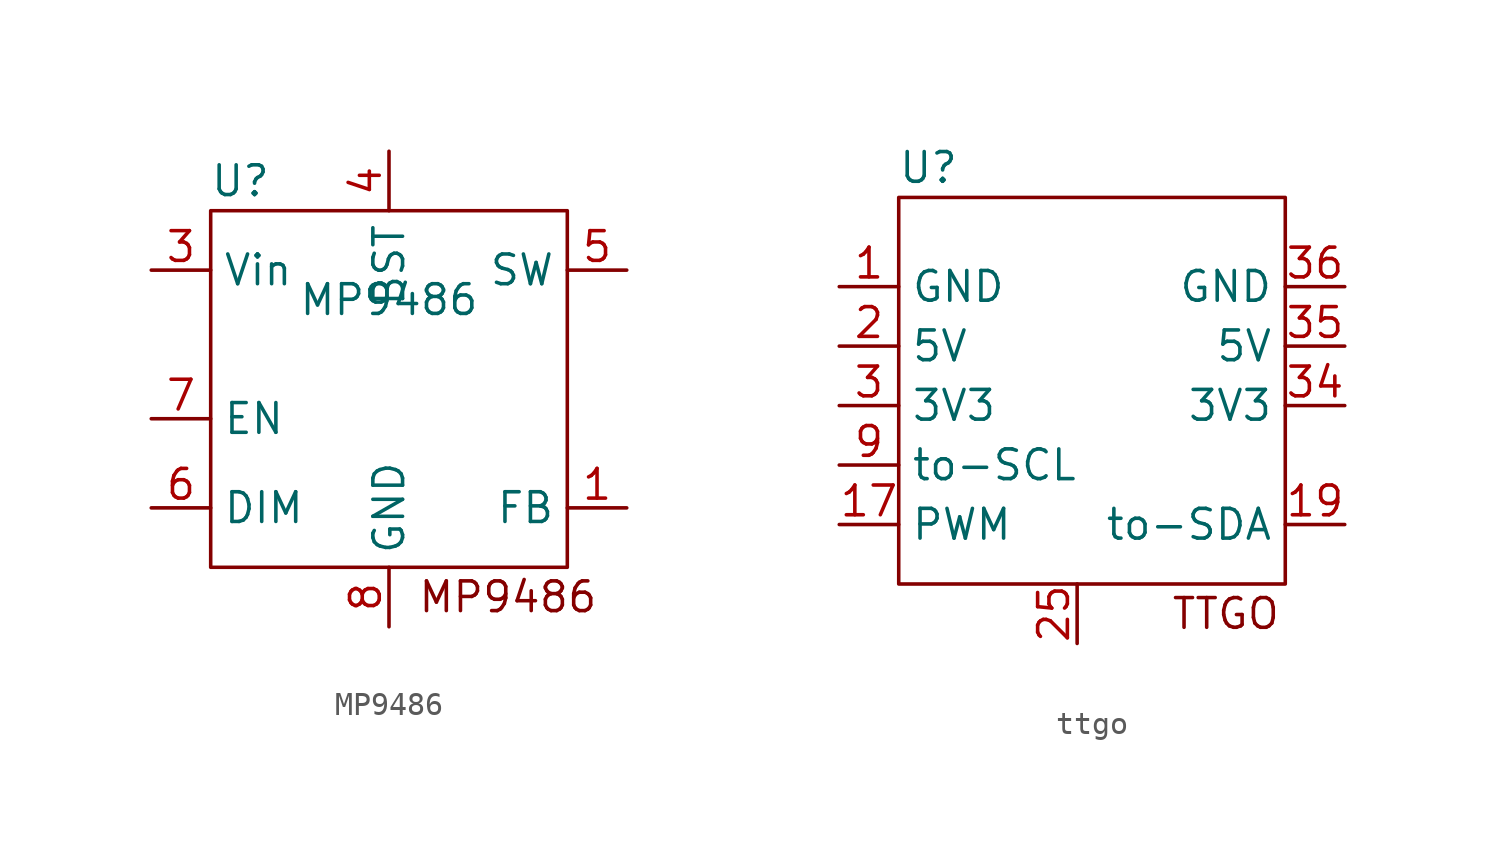
<source format=kicad_sym>
(kicad_symbol_lib
  (version 20220914)
  (generator kicad_symbol_editor)
  (symbol "MP9486"
    (property "Reference" "U"
      (at -6.35 5.08 0)
      (effects (font (size 1.27 1.27))))
    (property "Value" "MP9486"
      (at 0 0 0)
      (effects (font (size 1.27 1.27))))
    (symbol "MP9486_0_1"
      (rectangle (start -7.62 3.81) (end 7.62 -11.43) (stroke (width 0) (type default)) (fill (type none))))
    (symbol "MP9486_1_1"
      (text "MP9486\n" (at 5.08 -12.7 0) (effects (font (size 1.27 1.27))))
      (pin input line (at 10.16 -8.89 180) (length 2.54) (name "FB" (effects (font (size 1.27 1.27)))) (number "1" (effects (font (size 1.27 1.27)))))
      (pin input line (at -10.16 1.27 0) (length 2.54) (name "Vin" (effects (font (size 1.27 1.27)))) (number "3" (effects (font (size 1.27 1.27)))))
      (pin input line (at 0 6.35 270) (length 2.54) (name "BST" (effects (font (size 1.27 1.27)))) (number "4" (effects (font (size 1.27 1.27)))))
      (pin input line (at 10.16 1.27 180) (length 2.54) (name "SW" (effects (font (size 1.27 1.27)))) (number "5" (effects (font (size 1.27 1.27)))))
      (pin input line (at -10.16 -8.89 0) (length 2.54) (name "DIM" (effects (font (size 1.27 1.27)))) (number "6" (effects (font (size 1.27 1.27)))))
      (pin input line (at -10.16 -5.08 0) (length 2.54) (name "EN" (effects (font (size 1.27 1.27)))) (number "7" (effects (font (size 1.27 1.27)))))
      (pin input line (at 0 -13.97 90) (length 2.54) (name "GND" (effects (font (size 1.27 1.27)))) (number "8" (effects (font (size 1.27 1.27)))))))
  (symbol "ttgo"
    (property "Reference" "U"
      (at -6.35 13.97 0)
      (effects (font (size 1.27 1.27))))
    (property "Value" ""
      (at 0 0 0)
      (effects (font (size 1.27 1.27))))
    (symbol "ttgo_0_1"
      (rectangle (start -7.62 12.7) (end 8.89 -3.81) (stroke (width 0) (type default)) (fill (type none))))
    (symbol "ttgo_1_1"
      (text "TTGO" (at 6.35 -5.08 0) (effects (font (size 1.27 1.27))))
      (pin input line (at -10.16 8.89 0) (length 2.54) (name "GND" (effects (font (size 1.27 1.27)))) (number "1" (effects (font (size 1.27 1.27)))))
      (pin input line (at -10.16 -1.27 0) (length 2.54) (name "PWM" (effects (font (size 1.27 1.27)))) (number "17" (effects (font (size 1.27 1.27)))))
      (pin input line (at 11.43 -1.27 180) (length 2.54) (name "to-SDA" (effects (font (size 1.27 1.27)))) (number "19" (effects (font (size 1.27 1.27)))))
      (pin input line (at -10.16 6.35 0) (length 2.54) (name "5V" (effects (font (size 1.27 1.27)))) (number "2" (effects (font (size 1.27 1.27)))))
      (pin input line (at 0 -6.35 90) (length 2.54) (name "" (effects (font (size 1.27 1.27)))) (number "25" (effects (font (size 1.27 1.27)))))
      (pin input line (at -10.16 3.81 0) (length 2.54) (name "3V3" (effects (font (size 1.27 1.27)))) (number "3" (effects (font (size 1.27 1.27)))))
      (pin input line (at 11.43 3.81 180) (length 2.54) (name "3V3" (effects (font (size 1.27 1.27)))) (number "34" (effects (font (size 1.27 1.27)))))
      (pin input line (at 11.43 6.35 180) (length 2.54) (name "5V" (effects (font (size 1.27 1.27)))) (number "35" (effects (font (size 1.27 1.27)))))
      (pin input line (at 11.43 8.89 180) (length 2.54) (name "GND" (effects (font (size 1.27 1.27)))) (number "36" (effects (font (size 1.27 1.27)))))
      (pin input line (at -10.16 1.27 0) (length 2.54) (name "to-SCL" (effects (font (size 1.27 1.27)))) (number "9" (effects (font (size 1.27 1.27))))))))
</source>
